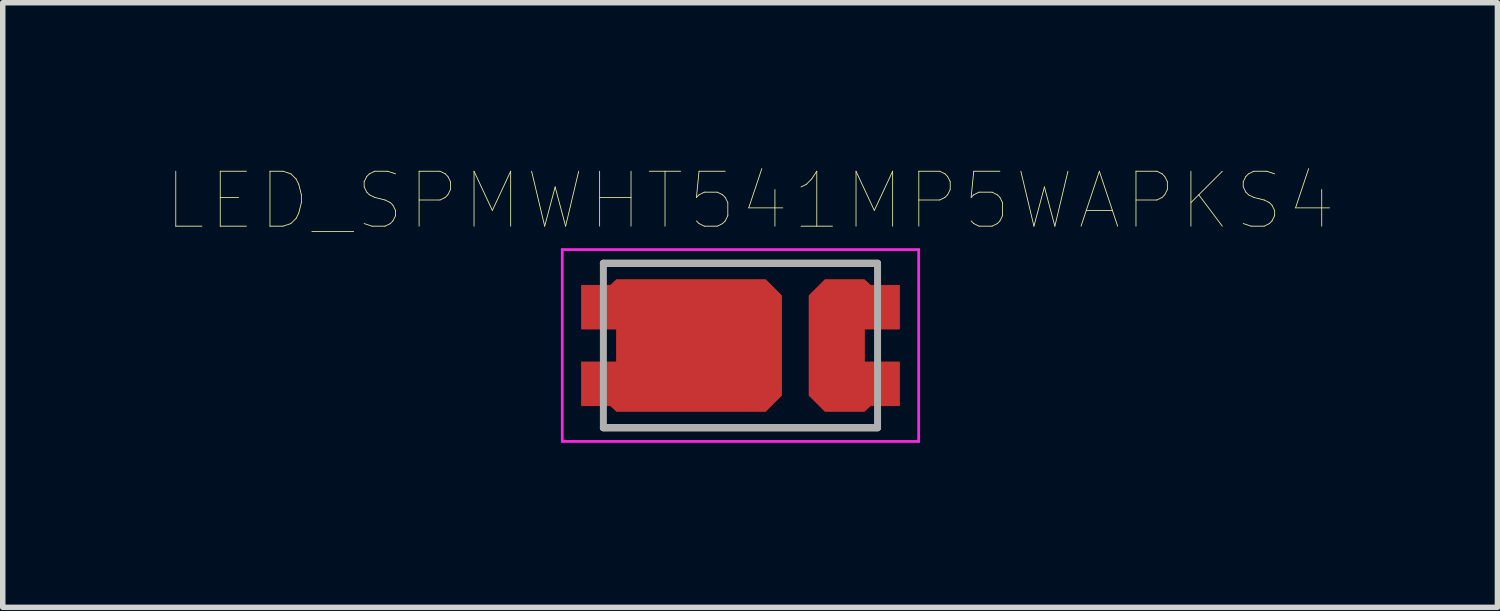
<source format=kicad_pcb>
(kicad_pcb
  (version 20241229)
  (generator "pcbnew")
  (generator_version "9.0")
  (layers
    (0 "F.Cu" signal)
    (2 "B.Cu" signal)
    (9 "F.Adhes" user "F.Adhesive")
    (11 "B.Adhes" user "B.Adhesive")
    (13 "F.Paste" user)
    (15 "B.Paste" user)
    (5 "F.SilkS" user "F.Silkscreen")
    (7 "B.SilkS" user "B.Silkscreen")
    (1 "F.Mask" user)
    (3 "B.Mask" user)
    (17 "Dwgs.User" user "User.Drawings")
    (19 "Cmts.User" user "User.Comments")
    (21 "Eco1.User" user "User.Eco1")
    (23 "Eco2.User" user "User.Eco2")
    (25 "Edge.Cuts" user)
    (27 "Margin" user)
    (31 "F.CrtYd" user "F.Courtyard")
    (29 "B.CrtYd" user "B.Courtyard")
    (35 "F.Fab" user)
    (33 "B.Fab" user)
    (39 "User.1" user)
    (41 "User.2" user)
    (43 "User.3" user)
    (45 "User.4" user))
  (footprint "LED_SPMWHT541MP5WAPKS4"
    (layer "F.Cu")
    (at 10.454 3.251)
    (property "Reference" "LED_SPMWHT541MP5WAPKS4" (at 0.175 -2.639 0) (layer "F.SilkS") (effects (font (size 1.002 1.002) (thickness 0.015))))
    (attr through_hole)
    (fp_poly (pts (xy 0.75 -0.91) (xy 0.46 -1.2) (xy -2.26 -1.2) (xy -2.37 -1.1) (xy -2.9 -1.1) (xy -2.9 -0.3) (xy -2.26 -0.3) (xy -2.26 0.3) (xy -2.9 0.3) (xy -2.9 1.1) (xy -2.37 1.1) (xy -2.26 1.2) (xy 0.46 1.2) (xy 0.75 0.91)) (stroke (width 0.001) (type solid)) (fill yes) (layer "F.Cu"))
    (fp_poly (pts (xy 0.75 -0.91) (xy 0.46 -1.2) (xy -2.26 -1.2) (xy -2.37 -1.1) (xy -2.9 -1.1) (xy -2.9 -0.3) (xy -2.26 -0.3) (xy -2.26 0.3) (xy -2.9 0.3) (xy -2.9 1.1) (xy -2.37 1.1) (xy -2.26 1.2) (xy 0.46 1.2) (xy 0.75 0.91)) (stroke (width 0.01) (type solid)) (fill yes) (layer "F.Cu"))
    (fp_poly (pts (xy 1.25 -0.91) (xy 1.54 -1.2) (xy 2.26 -1.2) (xy 2.37 -1.1) (xy 2.9 -1.1) (xy 2.9 -0.3) (xy 2.26 -0.3) (xy 2.26 0.3) (xy 2.9 0.3) (xy 2.9 1.1) (xy 2.37 1.1) (xy 2.26 1.2) (xy 1.54 1.2) (xy 1.25 0.91)) (stroke (width 0.001) (type solid)) (fill yes) (layer "F.Cu"))
    (fp_poly (pts (xy 1.25 -0.91) (xy 1.54 -1.2) (xy 2.26 -1.2) (xy 2.37 -1.1) (xy 2.9 -1.1) (xy 2.9 -0.3) (xy 2.26 -0.3) (xy 2.26 0.3) (xy 2.9 0.3) (xy 2.9 1.1) (xy 2.37 1.1) (xy 2.26 1.2) (xy 1.54 1.2) (xy 1.25 0.91)) (stroke (width 0.01) (type solid)) (fill yes) (layer "F.Cu"))
    (fp_poly (pts (xy -3.007 -1.3) (xy 0.8 -1.3) (xy 0.8 1.303) (xy -3.007 1.303)) (stroke (width 0.01) (type solid)) (fill yes) (layer "F.Mask"))
    (fp_poly (pts (xy 1.203 -1.3) (xy 3 -1.3) (xy 3 1.303) (xy 1.203 1.303)) (stroke (width 0.01) (type solid)) (fill yes) (layer "F.Mask"))
    (fp_line (start -2.5 -1.5) (end 2.5 -1.5) (stroke (width 0.127) (type solid)) (layer "F.SilkS"))
    (fp_line (start -2.5 1.5) (end 2.5 1.5) (stroke (width 0.127) (type solid)) (layer "F.SilkS"))
    (fp_poly (pts (xy 0.75 -0.91) (xy 0.46 -1.2) (xy -2.26 -1.2) (xy -2.37 -1.1) (xy -2.9 -1.1) (xy -2.9 -0.3) (xy -2.26 -0.3) (xy -2.26 0.3) (xy -2.9 0.3) (xy -2.9 1.1) (xy -2.37 1.1) (xy -2.26 1.2) (xy 0.46 1.2) (xy 0.75 0.91)) (stroke (width 0.001) (type solid)) (fill yes) (layer "F.Paste"))
    (fp_poly (pts (xy 0.75 -0.91) (xy 0.46 -1.2) (xy -2.26 -1.2) (xy -2.37 -1.1) (xy -2.9 -1.1) (xy -2.9 -0.3) (xy -2.26 -0.3) (xy -2.26 0.3) (xy -2.9 0.3) (xy -2.9 1.1) (xy -2.37 1.1) (xy -2.26 1.2) (xy 0.46 1.2) (xy 0.75 0.91)) (stroke (width 0.001) (type solid)) (fill yes) (layer "F.Paste"))
    (fp_poly (pts (xy 1.25 -0.91) (xy 1.54 -1.2) (xy 2.26 -1.2) (xy 2.37 -1.1) (xy 2.9 -1.1) (xy 2.9 -0.3) (xy 2.26 -0.3) (xy 2.26 0.3) (xy 2.9 0.3) (xy 2.9 1.1) (xy 2.37 1.1) (xy 2.26 1.2) (xy 1.54 1.2) (xy 1.25 0.91)) (stroke (width 0.001) (type solid)) (fill yes) (layer "F.Paste"))
    (fp_poly (pts (xy 1.25 -0.91) (xy 1.54 -1.2) (xy 2.26 -1.2) (xy 2.37 -1.1) (xy 2.9 -1.1) (xy 2.9 -0.3) (xy 2.26 -0.3) (xy 2.26 0.3) (xy 2.9 0.3) (xy 2.9 1.1) (xy 2.37 1.1) (xy 2.26 1.2) (xy 1.54 1.2) (xy 1.25 0.91)) (stroke (width 0.001) (type solid)) (fill yes) (layer "F.Paste"))
    (fp_line (start -3.25 -1.75) (end 3.25 -1.75) (stroke (width 0.05) (type solid)) (layer "F.CrtYd"))
    (fp_line (start -3.25 1.75) (end -3.25 -1.75) (stroke (width 0.05) (type solid)) (layer "F.CrtYd"))
    (fp_line (start 3.25 -1.75) (end 3.25 1.75) (stroke (width 0.05) (type solid)) (layer "F.CrtYd"))
    (fp_line (start 3.25 1.75) (end -3.25 1.75) (stroke (width 0.05) (type solid)) (layer "F.CrtYd"))
    (fp_line (start -2.5 -1.5) (end 2.5 -1.5) (stroke (width 0.127) (type solid)) (layer "F.Fab"))
    (fp_line (start -2.5 1.5) (end -2.5 -1.5) (stroke (width 0.127) (type solid)) (layer "F.Fab"))
    (fp_line (start 2.5 -1.5) (end 2.5 1.5) (stroke (width 0.127) (type solid)) (layer "F.Fab"))
    (fp_line (start 2.5 1.5) (end -2.5 1.5) (stroke (width 0.127) (type solid)) (layer "F.Fab"))
    (pad "A" smd rect (at 1.7 0) (size 0.8 0.8) (layers "F.Cu"))
    (pad "C" smd rect (at 0.3 0) (size 0.8 0.8) (layers "F.Cu")))
  (gr_rect
    (start -3 -3)
    (end 24.259 8.026)
    (stroke (width 0.1) (type default))
    (fill no)
    (layer "Edge.Cuts")))
</source>
